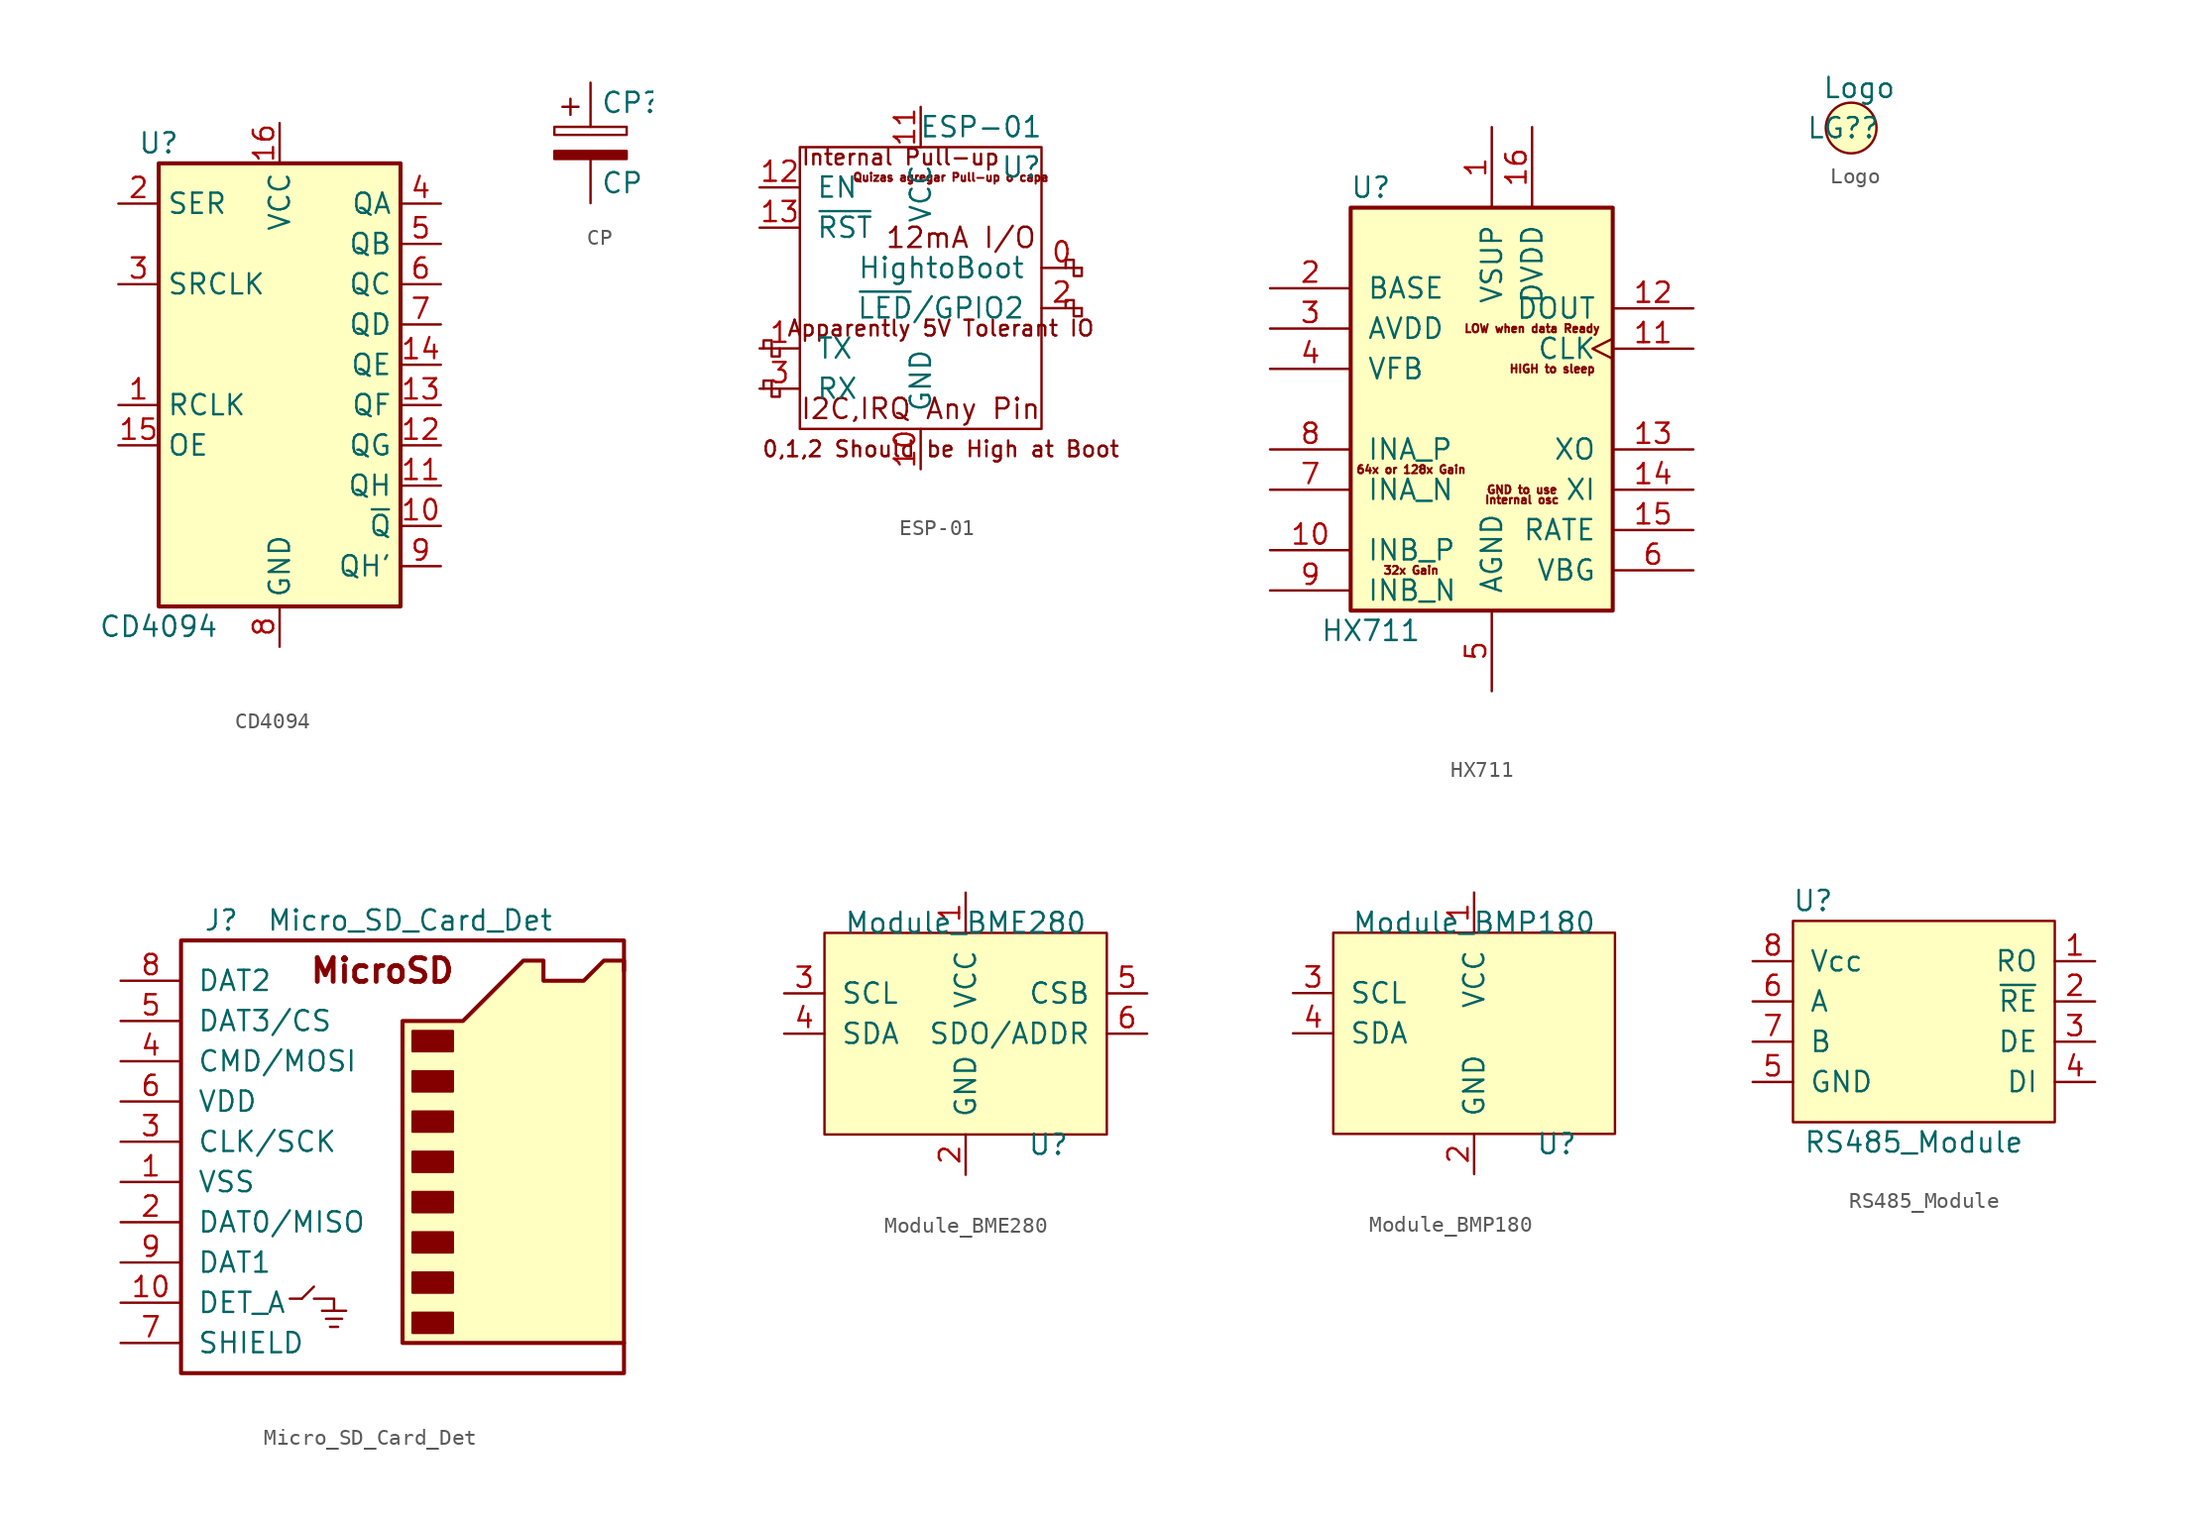
<source format=kicad_sym>
(kicad_symbol_lib
  (version 20231120)
  (generator "kicad_symbol_editor")
  (generator_version "8.0")
  (symbol "CD4094"
    (property "Reference" "U"
      (at -7.62 13.97 0)
      (effects (font (size 1.27 1.27))))
    (property "Value" "CD4094"
      (at -7.62 -16.51 0)
      (effects (font (size 1.27 1.27))))
    (symbol "CD4094_1_0"
      (pin input line (at -10.16 -2.54 0) (length 2.54) (name "RCLK" (effects (font (size 1.27 1.27)))) (number "1" (effects (font (size 1.27 1.27)))))
      (pin output line (at 10.16 -10.16 180) (length 2.54) (name "~{Q}" (effects (font (size 1.27 1.27)))) (number "10" (effects (font (size 1.27 1.27)))))
      (pin tri_state line (at 10.16 -7.62 180) (length 2.54) (name "QH" (effects (font (size 1.27 1.27)))) (number "11" (effects (font (size 1.27 1.27)))))
      (pin tri_state line (at 10.16 -5.08 180) (length 2.54) (name "QG" (effects (font (size 1.27 1.27)))) (number "12" (effects (font (size 1.27 1.27)))))
      (pin tri_state line (at 10.16 -2.54 180) (length 2.54) (name "QF" (effects (font (size 1.27 1.27)))) (number "13" (effects (font (size 1.27 1.27)))))
      (pin tri_state line (at 10.16 0 180) (length 2.54) (name "QE" (effects (font (size 1.27 1.27)))) (number "14" (effects (font (size 1.27 1.27)))))
      (pin input line (at -10.16 -5.08 0) (length 2.54) (name "OE" (effects (font (size 1.27 1.27)))) (number "15" (effects (font (size 1.27 1.27)))))
      (pin power_in line (at 0 15.24 270) (length 2.54) (name "VCC" (effects (font (size 1.27 1.27)))) (number "16" (effects (font (size 1.27 1.27)))))
      (pin input line (at -10.16 10.16 0) (length 2.54) (name "SER" (effects (font (size 1.27 1.27)))) (number "2" (effects (font (size 1.27 1.27)))))
      (pin input line (at -10.16 5.08 0) (length 2.54) (name "SRCLK" (effects (font (size 1.27 1.27)))) (number "3" (effects (font (size 1.27 1.27)))))
      (pin tri_state line (at 10.16 10.16 180) (length 2.54) (name "QA" (effects (font (size 1.27 1.27)))) (number "4" (effects (font (size 1.27 1.27)))))
      (pin tri_state line (at 10.16 7.62 180) (length 2.54) (name "QB" (effects (font (size 1.27 1.27)))) (number "5" (effects (font (size 1.27 1.27)))))
      (pin tri_state line (at 10.16 5.08 180) (length 2.54) (name "QC" (effects (font (size 1.27 1.27)))) (number "6" (effects (font (size 1.27 1.27)))))
      (pin tri_state line (at 10.16 2.54 180) (length 2.54) (name "QD" (effects (font (size 1.27 1.27)))) (number "7" (effects (font (size 1.27 1.27)))))
      (pin power_in line (at 0 -17.78 90) (length 2.54) (name "GND" (effects (font (size 1.27 1.27)))) (number "8" (effects (font (size 1.27 1.27)))))
      (pin output line (at 10.16 -12.7 180) (length 2.54) (name "QH'" (effects (font (size 1.27 1.27)))) (number "9" (effects (font (size 1.27 1.27))))))
    (symbol "CD4094_1_1"
      (rectangle (start -7.62 12.7) (end 7.62 -15.24) (stroke (width 0.254) (type default)) (fill (type background)))))
  (symbol "CP"
    (pin_numbers hide)
    (pin_names
      (offset 0.254))
    (property "Reference" "CP"
      (at 0.635 2.54 0)
      (effects (font (size 1.27 1.27)) (justify left)))
    (property "Value" "CP"
      (at 0.635 -2.54 0)
      (effects (font (size 1.27 1.27)) (justify left)))
    (symbol "CP_0_1"
      (rectangle (start -2.286 0.508) (end 2.286 1.016) (stroke (width 0) (type default)) (fill (type none)))
      (polyline (pts (xy -1.778 2.286) (xy -0.762 2.286)) (stroke (width 0) (type default)) (fill (type none)))
      (polyline (pts (xy -1.27 2.794) (xy -1.27 1.778)) (stroke (width 0) (type default)) (fill (type none)))
      (rectangle (start 2.286 -0.508) (end -2.286 -1.016) (stroke (width 0) (type default)) (fill (type outline))))
    (symbol "CP_1_1"
      (pin passive line (at 0 3.81 270) (length 2.794) (name "~" (effects (font (size 1.27 1.27)))) (number "1" (effects (font (size 1.27 1.27)))))
      (pin passive line (at 0 -3.81 90) (length 2.794) (name "~" (effects (font (size 1.27 1.27)))) (number "2" (effects (font (size 1.27 1.27)))))))
  (symbol "ESP-01"
    (pin_names
      (offset 1.016))
    (property "Reference" "U"
      (at 6.35 7.62 0)
      (effects (font (size 1.27 1.27))))
    (property "Value" "ESP-01"
      (at 3.81 10.16 0)
      (effects (font (size 1.27 1.27))))
    (symbol "ESP-01_0_0"
      (text "I2C,IRQ Any Pin" (at 0 -7.62 0) (effects (font (size 1.27 1.27)))))
    (symbol "ESP-01_0_1"
      (polyline (pts (xy -8.89 -6.35) (xy -8.89 -6.858) (xy -9.398 -6.858) (xy -9.398 -5.842) (xy -9.906 -5.842) (xy -9.906 -6.35)) (stroke (width 0) (type default)) (fill (type none)))
      (polyline (pts (xy -8.89 -3.81) (xy -8.89 -4.318) (xy -9.398 -4.318) (xy -9.398 -3.302) (xy -9.906 -3.302) (xy -9.906 -3.81)) (stroke (width 0) (type default)) (fill (type none)))
      (polyline (pts (xy 10.16 -1.27) (xy 10.16 -1.778) (xy 9.652 -1.778) (xy 9.652 -0.762) (xy 9.144 -0.762) (xy 9.144 -1.27)) (stroke (width 0) (type default)) (fill (type none)))
      (polyline (pts (xy 10.16 1.27) (xy 10.16 0.762) (xy 9.652 0.762) (xy 9.652 1.778) (xy 9.144 1.778) (xy 9.144 1.27)) (stroke (width 0) (type default)) (fill (type none))))
    (symbol "ESP-01_1_0"
      (rectangle (start -7.62 -8.89) (end 7.62 8.89) (stroke (width 0) (type default)) (fill (type none))))
    (symbol "ESP-01_1_1"
      (text "0,1,2 Should be High at Boot" (at 1.27 -10.16 0) (effects (font (size 0.991 0.991))))
      (text "12mA I/O" (at 2.54 3.175 0) (effects (font (size 1.27 1.27))))
      (text "Apparently 5V Tolerant IO" (at 1.27 -2.54 0) (effects (font (size 0.991 0.991))))
      (text "Internal Pull-up" (at -1.27 8.255 0) (effects (font (size 0.991 0.991))))
      (text "Quizas agregar Pull-up o capa" (at 1.905 6.985 0) (effects (font (size 0.508 0.508))))
      (pin bidirectional line (at 10.16 1.27 180) (length 2.54) (name "HightoBoot" (effects (font (size 1.27 1.27)))) (number "0" (effects (font (size 1.27 1.27)))))
      (pin bidirectional line (at -10.16 -3.81 0) (length 2.54) (name "TX" (effects (font (size 1.27 1.27)))) (number "1" (effects (font (size 1.27 1.27)))))
      (pin power_in line (at 0 -11.43 90) (length 2.54) (name "GND" (effects (font (size 1.27 1.27)))) (number "10" (effects (font (size 1.27 1.27)))))
      (pin power_in line (at 0 11.43 270) (length 2.54) (name "VCC" (effects (font (size 1.27 1.27)))) (number "11" (effects (font (size 1.27 1.27)))))
      (pin input line (at -10.16 6.35 0) (length 2.54) (name "EN" (effects (font (size 1.27 1.27)))) (number "12" (effects (font (size 1.27 1.27)))))
      (pin input line (at -10.16 3.81 0) (length 2.54) (name "~{RST}" (effects (font (size 1.27 1.27)))) (number "13" (effects (font (size 1.27 1.27)))))
      (pin bidirectional line (at 10.16 -1.27 180) (length 2.54) (name "~{LED}/GPIO2" (effects (font (size 1.27 1.27)))) (number "2" (effects (font (size 1.27 1.27)))))
      (pin bidirectional line (at -10.16 -6.35 0) (length 2.54) (name "RX" (effects (font (size 1.27 1.27)))) (number "3" (effects (font (size 1.27 1.27)))))))
  (symbol "HX711"
    (pin_names
      (offset 1.016))
    (property "Reference" "U"
      (at -7.62 13.97 0)
      (effects (font (size 1.27 1.27))))
    (property "Value" "HX711"
      (at -7.62 -13.97 0)
      (effects (font (size 1.27 1.27))))
    (property "ki_locked" ""
      (at 0 0 0)
      (effects (font (size 1.27 1.27))))
    (symbol "HX711_0_0"
      (text "GND to use" (at 1.905 -5.08 0) (effects (font (size 0.508 0.508))))
      (text "Internal osc" (at 1.905 -5.715 0) (effects (font (size 0.508 0.508)))))
    (symbol "HX711_1_0"
      (pin power_in line (at 0 17.78 270) (length 5.08) (name "VSUP" (effects (font (size 1.27 1.27)))) (number "1" (effects (font (size 1.27 1.27)))))
      (pin input line (at -13.97 -8.89 0) (length 5.08) (name "INB_P" (effects (font (size 1.27 1.27)))) (number "10" (effects (font (size 1.27 1.27)))))
      (pin input clock (at 12.7 3.81 180) (length 5.08) (name "CLK" (effects (font (size 1.27 1.27)))) (number "11" (effects (font (size 1.27 1.27)))))
      (pin output line (at 12.7 6.35 180) (length 5.08) (name "DOUT" (effects (font (size 1.27 1.27)))) (number "12" (effects (font (size 1.27 1.27)))))
      (pin input line (at 12.7 -2.54 180) (length 5.08) (name "XO" (effects (font (size 1.27 1.27)))) (number "13" (effects (font (size 1.27 1.27)))))
      (pin input line (at 12.7 -5.08 180) (length 5.08) (name "XI" (effects (font (size 1.27 1.27)))) (number "14" (effects (font (size 1.27 1.27)))))
      (pin input line (at 12.7 -7.62 180) (length 5.08) (name "RATE" (effects (font (size 1.27 1.27)))) (number "15" (effects (font (size 1.27 1.27)))))
      (pin power_in line (at 2.54 17.78 270) (length 5.08) (name "DVDD" (effects (font (size 1.27 1.27)))) (number "16" (effects (font (size 1.27 1.27)))))
      (pin output line (at -13.97 7.62 0) (length 5.08) (name "BASE" (effects (font (size 1.27 1.27)))) (number "2" (effects (font (size 1.27 1.27)))))
      (pin input line (at -13.97 2.54 0) (length 5.08) (name "VFB" (effects (font (size 1.27 1.27)))) (number "4" (effects (font (size 1.27 1.27)))))
      (pin power_in line (at 0 -17.78 90) (length 5.08) (name "AGND" (effects (font (size 1.27 1.27)))) (number "5" (effects (font (size 1.27 1.27)))))
      (pin output line (at 12.7 -10.16 180) (length 5.08) (name "VBG" (effects (font (size 1.27 1.27)))) (number "6" (effects (font (size 1.27 1.27)))))
      (pin input line (at -13.97 -5.08 0) (length 5.08) (name "INA_N" (effects (font (size 1.27 1.27)))) (number "7" (effects (font (size 1.27 1.27)))))
      (pin input line (at -13.97 -2.54 0) (length 5.08) (name "INA_P" (effects (font (size 1.27 1.27)))) (number "8" (effects (font (size 1.27 1.27)))))
      (pin input line (at -13.97 -11.43 0) (length 5.08) (name "INB_N" (effects (font (size 1.27 1.27)))) (number "9" (effects (font (size 1.27 1.27))))))
    (symbol "HX711_1_1"
      (rectangle (start -8.89 12.7) (end 7.62 -12.7) (stroke (width 0.254) (type default)) (fill (type background)))
      (text "32x Gain" (at -5.08 -10.16 0) (effects (font (size 0.508 0.508))))
      (text "64x or 128x Gain" (at -5.08 -3.81 0) (effects (font (size 0.508 0.508))))
      (text "HIGH to sleep" (at 3.81 2.54 0) (effects (font (size 0.508 0.508))))
      (text "LOW when data Ready" (at 2.54 5.08 0) (effects (font (size 0.508 0.508))))
      (pin input line (at -13.97 5.08 0) (length 5.08) (name "AVDD" (effects (font (size 1.27 1.27)))) (number "3" (effects (font (size 1.27 1.27)))))))
  (symbol "Logo"
    (pin_numbers hide)
    (pin_names
      (offset 0) hide)
    (property "Reference" "LG?"
      (at -0.762 0 0)
      (effects (font (size 1.27 1.27))))
    (property "Value" "Logo"
      (at 0.254 2.54 0)
      (effects (font (size 1.27 1.27))))
    (symbol "Logo_0_1"
      (circle (center -0.254 0) (radius 1.6) (stroke (width 0) (type default)) (fill (type background)))))
  (symbol "Micro_SD_Card_Det"
    (pin_names
      (offset 1.016))
    (property "Reference" "J"
      (at -11.43 15.24 0)
      (effects (font (size 1.27 1.27))))
    (property "Value" "Micro_SD_Card_Det"
      (at 9.525 15.24 0)
      (effects (font (size 1.27 1.27)) (justify right)))
    (symbol "Micro_SD_Card_Det_0_0"
      (polyline (pts (xy -7.112 -8.636) (xy -6.35 -8.636)) (stroke (width 0) (type default)) (fill (type none)))
      (polyline (pts (xy -6.35 -8.636) (xy -5.588 -7.874)) (stroke (width 0) (type default)) (fill (type none)))
      (polyline (pts (xy -5.08 -9.398) (xy -3.556 -9.398)) (stroke (width 0) (type default)) (fill (type none)))
      (polyline (pts (xy -4.826 -9.906) (xy -3.81 -9.906)) (stroke (width 0) (type default)) (fill (type none)))
      (polyline (pts (xy -4.572 -10.414) (xy -4.064 -10.414)) (stroke (width 0) (type default)) (fill (type none)))
      (polyline (pts (xy -5.588 -8.636) (xy -4.318 -8.636) (xy -4.318 -9.398)) (stroke (width 0) (type default)) (fill (type none)))
      (text "MicroSD" (at -1.27 12.065 0) (effects (font (size 1.499 1.499) (bold yes)))))
    (symbol "Micro_SD_Card_Det_0_1"
      (polyline (pts (xy 13.97 12.065) (xy 13.97 13.97) (xy -13.97 13.97) (xy -13.97 -13.335) (xy 13.97 -13.335) (xy 13.97 -11.43)) (stroke (width 0.254) (type default)) (fill (type none)))
      (polyline (pts (xy 0 -11.43) (xy 0 8.89) (xy 3.81 8.89) (xy 7.62 12.7) (xy 8.89 12.7) (xy 8.89 11.43) (xy 11.43 11.43) (xy 12.7 12.7) (xy 13.97 12.7) (xy 13.97 -11.43) (xy 0 -11.43)) (stroke (width 0.254) (type default)) (fill (type background)))
      (rectangle (start 0.635 -9.525) (end 3.175 -10.795) (stroke (width 0) (type default)) (fill (type outline)))
      (rectangle (start 0.635 -6.985) (end 3.175 -8.255) (stroke (width 0) (type default)) (fill (type outline)))
      (rectangle (start 0.635 -4.445) (end 3.175 -5.715) (stroke (width 0) (type default)) (fill (type outline)))
      (rectangle (start 0.635 -1.905) (end 3.175 -3.175) (stroke (width 0) (type default)) (fill (type outline)))
      (rectangle (start 0.635 0.635) (end 3.175 -0.635) (stroke (width 0) (type default)) (fill (type outline)))
      (rectangle (start 0.635 3.175) (end 3.175 1.905) (stroke (width 0) (type default)) (fill (type outline)))
      (rectangle (start 0.635 5.715) (end 3.175 4.445) (stroke (width 0) (type default)) (fill (type outline)))
      (rectangle (start 0.635 8.255) (end 3.175 6.985) (stroke (width 0) (type default)) (fill (type outline))))
    (symbol "Micro_SD_Card_Det_1_1"
      (pin power_in line (at -17.78 -1.27 0) (length 3.81) (name "VSS" (effects (font (size 1.27 1.27)))) (number "1" (effects (font (size 1.27 1.27)))))
      (pin passive line (at -17.78 -8.89 0) (length 3.81) (name "DET_A" (effects (font (size 1.27 1.27)))) (number "10" (effects (font (size 1.27 1.27)))))
      (pin bidirectional line (at -17.78 -3.81 0) (length 3.81) (name "DAT0/MISO" (effects (font (size 1.27 1.27)))) (number "2" (effects (font (size 1.27 1.27)))))
      (pin input line (at -17.78 1.27 0) (length 3.81) (name "CLK/SCK" (effects (font (size 1.27 1.27)))) (number "3" (effects (font (size 1.27 1.27)))))
      (pin input line (at -17.78 6.35 0) (length 3.81) (name "CMD/MOSI" (effects (font (size 1.27 1.27)))) (number "4" (effects (font (size 1.27 1.27)))))
      (pin bidirectional line (at -17.78 8.89 0) (length 3.81) (name "DAT3/CS" (effects (font (size 1.27 1.27)))) (number "5" (effects (font (size 1.27 1.27)))))
      (pin power_in line (at -17.78 3.81 0) (length 3.81) (name "VDD" (effects (font (size 1.27 1.27)))) (number "6" (effects (font (size 1.27 1.27)))))
      (pin passive line (at -17.78 -11.43 0) (length 3.81) (name "SHIELD" (effects (font (size 1.27 1.27)))) (number "7" (effects (font (size 1.27 1.27)))))
      (pin bidirectional line (at -17.78 11.43 0) (length 3.81) (name "DAT2" (effects (font (size 1.27 1.27)))) (number "8" (effects (font (size 1.27 1.27)))))
      (pin bidirectional line (at -17.78 -6.35 0) (length 3.81) (name "DAT1" (effects (font (size 1.27 1.27)))) (number "9" (effects (font (size 1.27 1.27)))))))
  (symbol "Module_BME280"
    (pin_names
      (offset 1.016))
    (property "Reference" "U"
      (at 5.207 -6.985 0)
      (effects (font (size 1.27 1.27))))
    (property "Value" "Module_BME280"
      (at 0 6.985 0)
      (effects (font (size 1.27 1.27))))
    (symbol "Module_BME280_1_1"
      (rectangle (start -8.89 6.35) (end 8.89 -6.35) (stroke (width 0) (type default)) (fill (type background)))
      (pin power_in line (at 0 8.89 270) (length 2.54) (name "VCC" (effects (font (size 1.27 1.27)))) (number "1" (effects (font (size 1.27 1.27)))))
      (pin power_in line (at 0 -8.89 90) (length 2.54) (name "GND" (effects (font (size 1.27 1.27)))) (number "2" (effects (font (size 1.27 1.27)))))
      (pin input line (at -11.43 2.54 0) (length 2.54) (name "SCL" (effects (font (size 1.27 1.27)))) (number "3" (effects (font (size 1.27 1.27)))))
      (pin open_collector line (at -11.43 0 0) (length 2.54) (name "SDA" (effects (font (size 1.27 1.27)))) (number "4" (effects (font (size 1.27 1.27)))))
      (pin input line (at 11.43 2.54 180) (length 2.54) (name "CSB" (effects (font (size 1.27 1.27)))) (number "5" (effects (font (size 1.27 1.27)))))
      (pin output line (at 11.43 0 180) (length 2.54) (name "SDO/ADDR" (effects (font (size 1.27 1.27)))) (number "6" (effects (font (size 1.27 1.27)))))))
  (symbol "Module_BMP180"
    (pin_names
      (offset 1.016))
    (property "Reference" "U"
      (at 5.207 -6.985 0)
      (effects (font (size 1.27 1.27))))
    (property "Value" "Module_BMP180"
      (at 0 6.985 0)
      (effects (font (size 1.27 1.27))))
    (symbol "Module_BMP180_1_1"
      (rectangle (start -8.89 6.35) (end 8.89 -6.35) (stroke (width 0) (type default)) (fill (type background)))
      (pin power_in line (at 0 8.89 270) (length 2.54) (name "VCC" (effects (font (size 1.27 1.27)))) (number "1" (effects (font (size 1.27 1.27)))))
      (pin power_in line (at 0 -8.89 90) (length 2.54) (name "GND" (effects (font (size 1.27 1.27)))) (number "2" (effects (font (size 1.27 1.27)))))
      (pin input line (at -11.43 2.54 0) (length 2.54) (name "SCL" (effects (font (size 1.27 1.27)))) (number "3" (effects (font (size 1.27 1.27)))))
      (pin open_collector line (at -11.43 0 0) (length 2.54) (name "SDA" (effects (font (size 1.27 1.27)))) (number "4" (effects (font (size 1.27 1.27)))))))
  (symbol "RS485_Module"
    (pin_names
      (offset 1.016))
    (property "Reference" "U"
      (at -6.35 7.62 0)
      (effects (font (size 1.27 1.27))))
    (property "Value" "RS485_Module"
      (at 0 -7.62 0)
      (effects (font (size 1.27 1.27))))
    (symbol "RS485_Module_0_1"
      (rectangle (start -7.62 6.35) (end 8.89 -6.35) (stroke (width 0) (type default)) (fill (type background))))
    (symbol "RS485_Module_1_1"
      (pin open_collector line (at 11.43 3.81 180) (length 2.54) (name "RO" (effects (font (size 1.27 1.27)))) (number "1" (effects (font (size 1.27 1.27)))))
      (pin input line (at 11.43 1.27 180) (length 2.54) (name "~{RE}" (effects (font (size 1.27 1.27)))) (number "2" (effects (font (size 1.27 1.27)))))
      (pin input line (at 11.43 -1.27 180) (length 2.54) (name "DE" (effects (font (size 1.27 1.27)))) (number "3" (effects (font (size 1.27 1.27)))))
      (pin input line (at 11.43 -3.81 180) (length 2.54) (name "DI" (effects (font (size 1.27 1.27)))) (number "4" (effects (font (size 1.27 1.27)))))
      (pin power_in line (at -10.16 -3.81 0) (length 2.54) (name "GND" (effects (font (size 1.27 1.27)))) (number "5" (effects (font (size 1.27 1.27)))))
      (pin bidirectional line (at -10.16 1.27 0) (length 2.54) (name "A" (effects (font (size 1.27 1.27)))) (number "6" (effects (font (size 1.27 1.27)))))
      (pin bidirectional line (at -10.16 -1.27 0) (length 2.54) (name "B" (effects (font (size 1.27 1.27)))) (number "7" (effects (font (size 1.27 1.27)))))
      (pin power_in line (at -10.16 3.81 0) (length 2.54) (name "Vcc" (effects (font (size 1.27 1.27)))) (number "8" (effects (font (size 1.27 1.27))))))))
</source>
